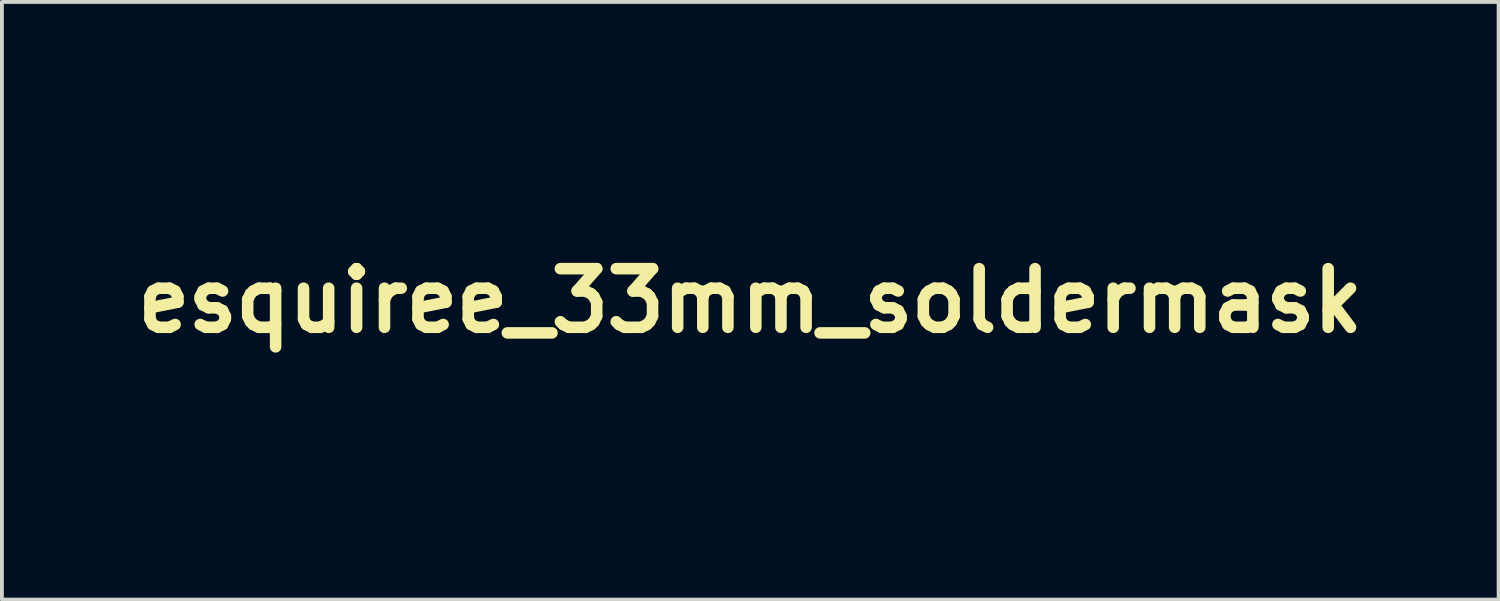
<source format=kicad_pcb>
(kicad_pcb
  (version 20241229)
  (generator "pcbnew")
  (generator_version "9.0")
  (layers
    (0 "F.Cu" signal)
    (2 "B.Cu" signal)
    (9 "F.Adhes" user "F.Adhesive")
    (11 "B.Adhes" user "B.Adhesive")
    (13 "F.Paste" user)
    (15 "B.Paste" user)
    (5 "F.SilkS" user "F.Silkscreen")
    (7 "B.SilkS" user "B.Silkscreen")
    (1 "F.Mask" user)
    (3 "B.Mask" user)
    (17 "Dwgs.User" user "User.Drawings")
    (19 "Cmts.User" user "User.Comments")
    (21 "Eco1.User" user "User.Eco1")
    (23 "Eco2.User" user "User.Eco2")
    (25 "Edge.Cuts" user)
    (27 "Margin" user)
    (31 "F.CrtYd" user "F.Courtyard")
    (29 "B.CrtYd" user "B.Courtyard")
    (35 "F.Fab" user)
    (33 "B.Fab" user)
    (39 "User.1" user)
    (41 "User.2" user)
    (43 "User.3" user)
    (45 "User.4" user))
  (footprint "esquiree_33mm_soldermask"
    (layer "F.Cu")
    (at 16.451 4.768)
    (property "Reference" "esquiree_33mm_soldermask" (at 0 0 0) (layer "F.SilkS") (effects (font (size 1.524 1.524) (thickness 0.3))))
    (attr through_hole)
    (fp_poly (pts (xy 10.509 -0.955) (xy 10.606 -0.912) (xy 10.672 -0.85) (xy 10.696 -0.774) (xy 10.671 -0.693) (xy 10.642 -0.658) (xy 10.605 -0.627) (xy 10.559 -0.606) (xy 10.491 -0.592) (xy 10.388 -0.584) (xy 10.236 -0.578) (xy 10.207 -0.577) (xy 10.039 -0.574) (xy 9.927 -0.577) (xy 9.864 -0.586) (xy 9.843 -0.603) (xy 9.842 -0.605) (xy 9.868 -0.663) (xy 9.934 -0.739) (xy 10.025 -0.819) (xy 10.127 -0.891) (xy 10.223 -0.942) (xy 10.256 -0.953) (xy 10.389 -0.971) (xy 10.509 -0.955)) (stroke (width 0.01) (type solid)) (fill yes) (layer "F.Mask"))
    (fp_poly (pts (xy 13.874 -0.955) (xy 13.972 -0.912) (xy 14.037 -0.85) (xy 14.062 -0.774) (xy 14.036 -0.693) (xy 14.007 -0.658) (xy 13.97 -0.627) (xy 13.924 -0.606) (xy 13.856 -0.592) (xy 13.753 -0.584) (xy 13.602 -0.578) (xy 13.572 -0.577) (xy 13.405 -0.574) (xy 13.293 -0.577) (xy 13.23 -0.586) (xy 13.208 -0.603) (xy 13.208 -0.605) (xy 13.233 -0.663) (xy 13.299 -0.739) (xy 13.391 -0.819) (xy 13.492 -0.891) (xy 13.588 -0.942) (xy 13.621 -0.953) (xy 13.754 -0.971) (xy 13.874 -0.955)) (stroke (width 0.01) (type solid)) (fill yes) (layer "F.Mask"))
    (fp_poly (pts (xy -2.719 -0.893) (xy -2.608 -0.829) (xy -2.535 -0.728) (xy -2.511 -0.597) (xy -2.526 -0.499) (xy -2.563 -0.365) (xy -2.618 -0.21) (xy -2.684 -0.047) (xy -2.755 0.11) (xy -2.824 0.245) (xy -2.887 0.346) (xy -2.929 0.393) (xy -3.041 0.444) (xy -3.185 0.47) (xy -3.336 0.469) (xy -3.467 0.439) (xy -3.514 0.416) (xy -3.602 0.325) (xy -3.649 0.186) (xy -3.655 0.004) (xy -3.643 -0.094) (xy -3.59 -0.284) (xy -3.496 -0.472) (xy -3.372 -0.641) (xy -3.227 -0.779) (xy -3.074 -0.872) (xy -3.023 -0.891) (xy -2.861 -0.916) (xy -2.719 -0.893)) (stroke (width 0.01) (type solid)) (fill yes) (layer "F.Mask"))
    (fp_poly (pts (xy -12.767 2.541) (xy -12.637 2.544) (xy -12.548 2.55) (xy -12.51 2.558) (xy -12.509 2.559) (xy -12.523 2.594) (xy -12.56 2.671) (xy -12.612 2.774) (xy -12.629 2.805) (xy -12.749 2.997) (xy -12.903 3.185) (xy -13.074 3.353) (xy -13.248 3.485) (xy -13.341 3.538) (xy -13.503 3.598) (xy -13.679 3.634) (xy -13.845 3.642) (xy -13.977 3.622) (xy -14.139 3.54) (xy -14.264 3.417) (xy -14.345 3.266) (xy -14.378 3.099) (xy -14.357 2.927) (xy -14.338 2.877) (xy -14.259 2.757) (xy -14.133 2.655) (xy -13.981 2.583) (xy -13.954 2.575) (xy -13.892 2.566) (xy -13.783 2.558) (xy -13.639 2.551) (xy -13.471 2.546) (xy -13.289 2.542) (xy -13.103 2.54) (xy -12.926 2.54) (xy -12.767 2.541)) (stroke (width 0.01) (type solid)) (fill yes) (layer "F.Mask"))
    (fp_poly (pts (xy 16.447 4.763) (xy -16.447 4.763) (xy -16.447 3.059) (xy -15.51 3.059) (xy -15.502 3.35) (xy -15.439 3.634) (xy -15.422 3.682) (xy -15.335 3.882) (xy -15.229 4.045) (xy -15.088 4.2) (xy -15.061 4.225) (xy -14.805 4.421) (xy -14.519 4.563) (xy -14.207 4.651) (xy -13.872 4.682) (xy -13.518 4.657) (xy -13.242 4.599) (xy -12.969 4.511) (xy -12.723 4.392) (xy -12.487 4.233) (xy -12.247 4.027) (xy -12.173 3.954) (xy -12.061 3.842) (xy -11.974 3.751) (xy -11.905 3.669) (xy -11.844 3.583) (xy -11.784 3.483) (xy -11.717 3.356) (xy -11.634 3.189) (xy -11.586 3.09) (xy -11.319 2.545) (xy -9.636 2.534) (xy -9.267 2.532) (xy -8.955 2.53) (xy -8.696 2.528) (xy -8.484 2.525) (xy -8.314 2.522) (xy -8.181 2.518) (xy -8.078 2.512) (xy -8 2.506) (xy -7.943 2.498) (xy -7.9 2.488) (xy -7.867 2.476) (xy -7.837 2.462) (xy -7.82 2.453) (xy -7.673 2.344) (xy -7.566 2.203) (xy -7.504 2.043) (xy -7.493 1.876) (xy -7.525 1.745) (xy -7.544 1.701) (xy -7.565 1.663) (xy -7.592 1.632) (xy -7.632 1.607) (xy -7.688 1.586) (xy -7.768 1.57) (xy -7.875 1.558) (xy -8.015 1.549) (xy -8.193 1.542) (xy -8.414 1.538) (xy -8.684 1.535) (xy -9.008 1.532) (xy -9.329 1.531) (xy -9.686 1.528) (xy -9.983 1.526) (xy -10.228 1.524) (xy -10.424 1.521) (xy -10.578 1.517) (xy -10.693 1.513) (xy -10.775 1.507) (xy -10.83 1.501) (xy -10.862 1.493) (xy -10.876 1.483) (xy -10.878 1.471) (xy -10.876 1.467) (xy -10.86 1.426) (xy -10.823 1.333) (xy -10.768 1.195) (xy -10.704 1.037) (xy -7.721 1.037) (xy -7.7 1.175) (xy -7.632 1.276) (xy -7.509 1.352) (xy -7.509 1.352) (xy -7.434 1.37) (xy -7.309 1.384) (xy -7.144 1.393) (xy -6.953 1.398) (xy -6.748 1.398) (xy -6.542 1.395) (xy -6.345 1.388) (xy -6.171 1.376) (xy -6.033 1.361) (xy -5.96 1.347) (xy -5.768 1.287) (xy -5.61 1.212) (xy -5.46 1.106) (xy -5.355 1.016) (xy -5.182 0.822) (xy -5.066 0.609) (xy -5.004 0.366) (xy -5.002 0.35) (xy -4.663 0.35) (xy -4.662 0.375) (xy -4.631 0.627) (xy -4.56 0.838) (xy -4.445 1.02) (xy -4.315 1.155) (xy -4.124 1.289) (xy -3.914 1.369) (xy -3.695 1.394) (xy -3.48 1.361) (xy -3.343 1.306) (xy -3.214 1.241) (xy -3.678 2.39) (xy -3.796 2.683) (xy -3.892 2.924) (xy -3.969 3.119) (xy -4.028 3.274) (xy -4.072 3.397) (xy -4.103 3.494) (xy -4.124 3.571) (xy -4.136 3.634) (xy -4.141 3.691) (xy -4.143 3.748) (xy -4.143 3.752) (xy -4.14 3.871) (xy -4.128 3.948) (xy -4.098 4.007) (xy -4.048 4.065) (xy -3.977 4.134) (xy -3.908 4.188) (xy -3.83 4.226) (xy -3.734 4.253) (xy -3.611 4.269) (xy -3.451 4.276) (xy -3.244 4.278) (xy -3.064 4.276) (xy -2.859 4.273) (xy -2.706 4.269) (xy -2.595 4.263) (xy -2.514 4.253) (xy -2.454 4.238) (xy -2.402 4.217) (xy -2.352 4.19) (xy -2.211 4.093) (xy -2.125 3.985) (xy -2.085 3.853) (xy -2.08 3.763) (xy -2.096 3.625) (xy -2.15 3.52) (xy -2.245 3.445) (xy -2.387 3.396) (xy -2.581 3.371) (xy -2.76 3.365) (xy -2.879 3.363) (xy -2.968 3.356) (xy -3.013 3.345) (xy -3.016 3.342) (xy -3.005 3.309) (xy -2.972 3.223) (xy -2.919 3.087) (xy -2.848 2.909) (xy -2.762 2.692) (xy -2.663 2.442) (xy -2.552 2.164) (xy -2.432 1.864) (xy -2.304 1.545) (xy -2.302 1.54) (xy -2.17 1.211) (xy -2.046 0.897) (xy -1.931 0.602) (xy -1.889 0.493) (xy -1.193 0.493) (xy -1.19 0.713) (xy -1.131 0.916) (xy -1.018 1.095) (xy -0.858 1.241) (xy -0.657 1.347) (xy -0.644 1.351) (xy -0.541 1.373) (xy -0.378 1.387) (xy -0.154 1.394) (xy -0.064 1.395) (xy 0.126 1.394) (xy 0.265 1.39) (xy 0.366 1.381) (xy 0.444 1.366) (xy 0.511 1.343) (xy 0.54 1.331) (xy 0.641 1.278) (xy 0.727 1.222) (xy 0.751 1.202) (xy 0.82 1.137) (xy 0.856 1.203) (xy 0.905 1.258) (xy 0.987 1.317) (xy 1.021 1.336) (xy 1.071 1.359) (xy 1.124 1.376) (xy 1.189 1.387) (xy 1.278 1.394) (xy 1.401 1.395) (xy 1.569 1.394) (xy 1.726 1.392) (xy 1.966 1.385) (xy 2.152 1.375) (xy 2.294 1.357) (xy 2.402 1.33) (xy 2.485 1.291) (xy 2.553 1.238) (xy 2.615 1.167) (xy 2.627 1.151) (xy 2.694 1.024) (xy 2.717 0.89) (xy 2.881 0.89) (xy 2.888 0.958) (xy 2.908 1.019) (xy 2.93 1.066) (xy 2.997 1.171) (xy 3.084 1.252) (xy 3.197 1.313) (xy 3.345 1.355) (xy 3.534 1.381) (xy 3.775 1.394) (xy 3.955 1.396) (xy 4.199 1.394) (xy 4.387 1.385) (xy 4.528 1.371) (xy 4.623 1.35) (xy 4.784 1.276) (xy 4.907 1.167) (xy 4.985 1.034) (xy 5.013 0.888) (xy 4.986 0.738) (xy 4.967 0.694) (xy 4.904 0.612) (xy 4.808 0.556) (xy 4.67 0.522) (xy 4.483 0.509) (xy 4.417 0.508) (xy 4.284 0.506) (xy 4.173 0.501) (xy 4.101 0.494) (xy 4.086 0.49) (xy 4.077 0.474) (xy 4.081 0.432) (xy 4.1 0.36) (xy 4.136 0.252) (xy 4.192 0.102) (xy 4.268 -0.094) (xy 4.368 -0.343) (xy 4.374 -0.359) (xy 4.383 -0.381) (xy 5.143 -0.381) (xy 5.155 -0.305) (xy 5.184 -0.243) (xy 5.193 -0.229) (xy 5.298 -0.133) (xy 5.444 -0.077) (xy 5.575 -0.064) (xy 5.665 -0.069) (xy 5.733 -0.092) (xy 5.803 -0.146) (xy 5.857 -0.198) (xy 5.972 -0.345) (xy 6.076 -0.544) (xy 6.097 -0.595) (xy 6.204 -0.857) (xy 6.407 -0.857) (xy 6.61 -0.857) (xy 6.449 -0.652) (xy 6.278 -0.421) (xy 6.152 -0.218) (xy 6.068 -0.031) (xy 6.02 0.15) (xy 6.004 0.338) (xy 6.007 0.441) (xy 6.048 0.699) (xy 6.136 0.926) (xy 6.269 1.114) (xy 6.441 1.259) (xy 6.588 1.332) (xy 6.654 1.355) (xy 6.728 1.371) (xy 6.819 1.383) (xy 6.939 1.39) (xy 7.1 1.394) (xy 7.311 1.395) (xy 7.337 1.395) (xy 7.567 1.395) (xy 7.745 1.391) (xy 7.878 1.383) (xy 7.979 1.37) (xy 8.056 1.352) (xy 8.074 1.347) (xy 8.219 1.272) (xy 8.331 1.165) (xy 8.406 1.039) (xy 8.44 0.903) (xy 8.43 0.771) (xy 8.372 0.653) (xy 8.308 0.591) (xy 8.266 0.564) (xy 8.215 0.545) (xy 8.143 0.531) (xy 8.038 0.521) (xy 7.891 0.512) (xy 7.737 0.506) (xy 7.551 0.497) (xy 7.392 0.484) (xy 7.269 0.47) (xy 7.195 0.454) (xy 7.185 0.45) (xy 7.077 0.361) (xy 7.024 0.244) (xy 7.025 0.226) (xy 8.642 0.226) (xy 8.651 0.387) (xy 8.664 0.504) (xy 8.685 0.598) (xy 8.719 0.689) (xy 8.759 0.774) (xy 8.892 0.984) (xy 9.066 1.149) (xy 9.283 1.271) (xy 9.517 1.347) (xy 9.611 1.362) (xy 9.756 1.374) (xy 9.94 1.384) (xy 10.151 1.39) (xy 10.379 1.395) (xy 10.61 1.396) (xy 10.835 1.395) (xy 11.04 1.39) (xy 11.215 1.383) (xy 11.348 1.372) (xy 11.418 1.361) (xy 11.57 1.299) (xy 11.689 1.203) (xy 11.773 1.084) (xy 11.82 0.954) (xy 11.826 0.823) (xy 11.789 0.701) (xy 11.705 0.6) (xy 11.636 0.557) (xy 11.592 0.538) (xy 11.542 0.523) (xy 11.476 0.511) (xy 11.387 0.502) (xy 11.266 0.494) (xy 11.106 0.488) (xy 10.899 0.483) (xy 10.641 0.477) (xy 9.773 0.46) (xy 9.697 0.371) (xy 9.651 0.315) (xy 9.626 0.273) (xy 9.627 0.242) (xy 9.653 0.226) (xy 12.008 0.226) (xy 12.016 0.387) (xy 12.029 0.504) (xy 12.05 0.598) (xy 12.084 0.689) (xy 12.124 0.774) (xy 12.258 0.984) (xy 12.431 1.149) (xy 12.649 1.271) (xy 12.882 1.347) (xy 12.976 1.362) (xy 13.121 1.374) (xy 13.305 1.384) (xy 13.517 1.39) (xy 13.744 1.395) (xy 13.976 1.396) (xy 14.2 1.395) (xy 14.406 1.39) (xy 14.581 1.383) (xy 14.714 1.372) (xy 14.784 1.361) (xy 14.935 1.299) (xy 15.054 1.203) (xy 15.139 1.084) (xy 15.186 0.954) (xy 15.192 0.823) (xy 15.154 0.701) (xy 15.07 0.6) (xy 15.001 0.557) (xy 14.958 0.538) (xy 14.907 0.523) (xy 14.841 0.511) (xy 14.752 0.502) (xy 14.632 0.494) (xy 14.472 0.488) (xy 14.264 0.483) (xy 14.007 0.477) (xy 13.139 0.46) (xy 13.062 0.371) (xy 13.016 0.315) (xy 12.991 0.273) (xy 12.993 0.242) (xy 13.028 0.22) (xy 13.102 0.205) (xy 13.222 0.196) (xy 13.392 0.189) (xy 13.613 0.183) (xy 13.881 0.175) (xy 14.096 0.161) (xy 14.267 0.139) (xy 14.404 0.107) (xy 14.516 0.062) (xy 14.614 0.002) (xy 14.707 -0.075) (xy 14.733 -0.1) (xy 14.862 -0.248) (xy 14.945 -0.404) (xy 14.989 -0.587) (xy 15.001 -0.794) (xy 14.986 -1.014) (xy 14.937 -1.195) (xy 14.846 -1.356) (xy 14.734 -1.486) (xy 14.568 -1.625) (xy 14.377 -1.722) (xy 14.149 -1.78) (xy 13.92 -1.803) (xy 13.607 -1.799) (xy 13.333 -1.754) (xy 13.086 -1.662) (xy 12.853 -1.519) (xy 12.621 -1.321) (xy 12.602 -1.302) (xy 12.369 -1.037) (xy 12.195 -0.757) (xy 12.079 -0.458) (xy 12.017 -0.132) (xy 12.008 0.226) (xy 9.653 0.226) (xy 9.662 0.22) (xy 9.737 0.205) (xy 9.856 0.196) (xy 10.027 0.189) (xy 10.247 0.183) (xy 10.516 0.175) (xy 10.731 0.161) (xy 10.902 0.139) (xy 11.038 0.107) (xy 11.151 0.062) (xy 11.248 0.002) (xy 11.341 -0.075) (xy 11.367 -0.1) (xy 11.496 -0.247) (xy 11.579 -0.405) (xy 11.624 -0.588) (xy 11.636 -0.794) (xy 11.622 -1.013) (xy 11.573 -1.193) (xy 11.482 -1.353) (xy 11.369 -1.486) (xy 11.203 -1.625) (xy 11.011 -1.722) (xy 10.784 -1.78) (xy 10.555 -1.803) (xy 10.242 -1.799) (xy 9.968 -1.754) (xy 9.72 -1.662) (xy 9.487 -1.519) (xy 9.256 -1.321) (xy 9.236 -1.302) (xy 9.003 -1.037) (xy 8.83 -0.757) (xy 8.714 -0.458) (xy 8.652 -0.132) (xy 8.642 0.226) (xy 7.025 0.226) (xy 7.027 0.099) (xy 7.087 -0.073) (xy 7.201 -0.271) (xy 7.371 -0.495) (xy 7.394 -0.523) (xy 7.51 -0.655) (xy 7.599 -0.746) (xy 7.675 -0.805) (xy 7.75 -0.84) (xy 7.836 -0.861) (xy 7.882 -0.868) (xy 8.05 -0.908) (xy 8.195 -0.975) (xy 8.301 -1.062) (xy 8.334 -1.111) (xy 8.39 -1.267) (xy 8.401 -1.421) (xy 8.367 -1.554) (xy 8.353 -1.578) (xy 8.306 -1.638) (xy 8.242 -1.686) (xy 8.156 -1.722) (xy 8.038 -1.747) (xy 7.882 -1.764) (xy 7.681 -1.774) (xy 7.426 -1.778) (xy 7.321 -1.778) (xy 7.124 -1.78) (xy 6.949 -1.783) (xy 6.805 -1.788) (xy 6.702 -1.794) (xy 6.651 -1.801) (xy 6.648 -1.802) (xy 6.62 -1.844) (xy 6.584 -1.926) (xy 6.558 -2) (xy 6.493 -2.154) (xy 6.408 -2.253) (xy 6.294 -2.305) (xy 6.17 -2.318) (xy 6.083 -2.314) (xy 6.009 -2.299) (xy 5.941 -2.268) (xy 5.878 -2.215) (xy 5.815 -2.134) (xy 5.748 -2.02) (xy 5.673 -1.866) (xy 5.586 -1.669) (xy 5.484 -1.421) (xy 5.399 -1.21) (xy 5.301 -0.959) (xy 5.228 -0.758) (xy 5.178 -0.6) (xy 5.151 -0.477) (xy 5.143 -0.381) (xy 4.383 -0.381) (xy 4.487 -0.642) (xy 4.576 -0.873) (xy 4.642 -1.059) (xy 4.686 -1.207) (xy 4.711 -1.323) (xy 4.717 -1.414) (xy 4.705 -1.487) (xy 4.678 -1.547) (xy 4.635 -1.603) (xy 4.621 -1.618) (xy 4.488 -1.715) (xy 4.336 -1.76) (xy 4.176 -1.753) (xy 4.019 -1.698) (xy 3.879 -1.596) (xy 3.765 -1.45) (xy 3.735 -1.389) (xy 3.685 -1.277) (xy 3.618 -1.122) (xy 3.538 -0.933) (xy 3.448 -0.716) (xy 3.352 -0.48) (xy 3.286 -0.318) (xy 3.167 -0.021) (xy 3.071 0.223) (xy 2.997 0.422) (xy 2.942 0.582) (xy 2.906 0.709) (xy 2.886 0.809) (xy 2.881 0.89) (xy 2.717 0.89) (xy 2.719 0.882) (xy 2.703 0.745) (xy 2.646 0.633) (xy 2.632 0.617) (xy 2.534 0.557) (xy 2.377 0.513) (xy 2.166 0.486) (xy 1.929 0.477) (xy 1.831 0.474) (xy 1.764 0.465) (xy 1.746 0.457) (xy 1.758 0.423) (xy 1.79 0.339) (xy 1.84 0.21) (xy 1.904 0.046) (xy 1.981 -0.146) (xy 2.066 -0.359) (xy 2.08 -0.393) (xy 2.19 -0.67) (xy 2.277 -0.896) (xy 2.341 -1.077) (xy 2.385 -1.221) (xy 2.409 -1.333) (xy 2.415 -1.421) (xy 2.404 -1.491) (xy 2.378 -1.551) (xy 2.339 -1.607) (xy 2.331 -1.616) (xy 2.21 -1.716) (xy 2.065 -1.762) (xy 1.908 -1.753) (xy 1.748 -1.692) (xy 1.615 -1.596) (xy 1.567 -1.551) (xy 1.524 -1.505) (xy 1.484 -1.451) (xy 1.443 -1.382) (xy 1.397 -1.291) (xy 1.342 -1.171) (xy 1.275 -1.013) (xy 1.192 -0.812) (xy 1.089 -0.559) (xy 1.082 -0.541) (xy 0.999 -0.341) (xy 0.923 -0.157) (xy 0.855 0.001) (xy 0.801 0.124) (xy 0.764 0.202) (xy 0.752 0.224) (xy 0.658 0.323) (xy 0.537 0.401) (xy 0.4 0.457) (xy 0.26 0.489) (xy 0.129 0.494) (xy 0.019 0.47) (xy -0.057 0.416) (xy -0.083 0.363) (xy -0.08 0.315) (xy -0.057 0.226) (xy -0.013 0.092) (xy 0.055 -0.091) (xy 0.146 -0.325) (xy 0.219 -0.508) (xy 0.325 -0.773) (xy 0.407 -0.986) (xy 0.467 -1.156) (xy 0.508 -1.289) (xy 0.53 -1.393) (xy 0.536 -1.473) (xy 0.527 -1.539) (xy 0.506 -1.596) (xy 0.497 -1.613) (xy 0.408 -1.712) (xy 0.281 -1.78) (xy 0.133 -1.811) (xy -0.017 -1.802) (xy -0.121 -1.765) (xy -0.246 -1.673) (xy -0.367 -1.537) (xy -0.471 -1.375) (xy -0.484 -1.349) (xy -0.54 -1.228) (xy -0.609 -1.069) (xy -0.687 -0.881) (xy -0.77 -0.674) (xy -0.855 -0.458) (xy -0.938 -0.242) (xy -1.016 -0.036) (xy -1.083 0.15) (xy -1.138 0.306) (xy -1.176 0.424) (xy -1.193 0.492) (xy -1.193 0.493) (xy -1.889 0.493) (xy -1.827 0.332) (xy -1.736 0.094) (xy -1.661 -0.107) (xy -1.604 -0.266) (xy -1.567 -0.376) (xy -1.552 -0.429) (xy -1.531 -0.699) (xy -1.567 -0.956) (xy -1.657 -1.192) (xy -1.8 -1.397) (xy -1.8 -1.398) (xy -1.987 -1.571) (xy -2.193 -1.695) (xy -2.429 -1.773) (xy -2.704 -1.808) (xy -2.826 -1.811) (xy -3.151 -1.783) (xy -3.449 -1.697) (xy -3.722 -1.553) (xy -3.969 -1.351) (xy -3.988 -1.332) (xy -4.236 -1.039) (xy -4.429 -0.719) (xy -4.567 -0.377) (xy -4.645 -0.018) (xy -4.663 0.35) (xy -5.002 0.35) (xy -4.994 0.272) (xy -4.998 0.044) (xy -5.047 -0.19) (xy -5.143 -0.435) (xy -5.288 -0.7) (xy -5.462 -0.956) (xy -5.577 -1.118) (xy -5.658 -1.246) (xy -5.71 -1.356) (xy -5.74 -1.464) (xy -5.753 -1.585) (xy -5.755 -1.736) (xy -5.754 -1.774) (xy -5.747 -2.103) (xy -5.855 -2.21) (xy -5.935 -2.279) (xy -6.01 -2.31) (xy -6.115 -2.318) (xy -6.203 -2.314) (xy -6.281 -2.297) (xy -6.352 -2.263) (xy -6.422 -2.207) (xy -6.495 -2.122) (xy -6.574 -2.003) (xy -6.665 -1.845) (xy -6.771 -1.643) (xy -6.897 -1.391) (xy -6.966 -1.249) (xy -7.084 -1.004) (xy -7.174 -0.807) (xy -7.239 -0.652) (xy -7.278 -0.53) (xy -7.295 -0.435) (xy -7.291 -0.359) (xy -7.268 -0.295) (xy -7.227 -0.234) (xy -7.208 -0.212) (xy -7.074 -0.1) (xy -6.923 -0.045) (xy -6.764 -0.051) (xy -6.735 -0.058) (xy -6.596 -0.126) (xy -6.474 -0.244) (xy -6.363 -0.419) (xy -6.35 -0.443) (xy -6.263 -0.617) (xy -6.126 -0.348) (xy -6.035 -0.139) (xy -5.991 0.035) (xy -5.995 0.181) (xy -6.045 0.301) (xy -6.096 0.362) (xy -6.163 0.409) (xy -6.257 0.445) (xy -6.385 0.471) (xy -6.557 0.489) (xy -6.782 0.503) (xy -6.842 0.505) (xy -7.062 0.517) (xy -7.226 0.53) (xy -7.343 0.546) (xy -7.421 0.567) (xy -7.445 0.578) (xy -7.591 0.686) (xy -7.683 0.828) (xy -7.72 1.002) (xy -7.721 1.037) (xy -10.704 1.037) (xy -10.697 1.019) (xy -10.614 0.813) (xy -10.52 0.582) (xy -10.423 0.341) (xy -9.989 -0.73) (xy -9.491 -0.73) (xy -9.27 -0.732) (xy -9.1 -0.74) (xy -8.972 -0.756) (xy -8.874 -0.783) (xy -8.795 -0.823) (xy -8.724 -0.881) (xy -8.678 -0.926) (xy -8.564 -1.081) (xy -8.513 -1.244) (xy -8.524 -1.418) (xy -8.544 -1.488) (xy -8.582 -1.565) (xy -8.641 -1.622) (xy -8.731 -1.662) (xy -8.859 -1.689) (xy -9.036 -1.707) (xy -9.18 -1.714) (xy -9.581 -1.73) (xy -9.277 -2.482) (xy 3.998 -2.482) (xy 4.028 -2.324) (xy 4.099 -2.18) (xy 4.209 -2.061) (xy 4.354 -1.977) (xy 4.53 -1.939) (xy 4.565 -1.938) (xy 4.685 -1.952) (xy 4.803 -1.989) (xy 4.819 -1.997) (xy 4.951 -2.082) (xy 5.042 -2.189) (xy 5.095 -2.294) (xy 5.138 -2.467) (xy 5.127 -2.63) (xy 5.07 -2.777) (xy 4.975 -2.902) (xy 4.852 -2.999) (xy 4.709 -3.061) (xy 4.554 -3.082) (xy 4.396 -3.056) (xy 4.243 -2.977) (xy 4.201 -2.944) (xy 4.082 -2.803) (xy 4.015 -2.645) (xy 3.998 -2.482) (xy -9.277 -2.482) (xy -8.964 -3.254) (xy -7.901 -3.27) (xy -6.837 -3.286) (xy -6.705 -3.373) (xy -6.571 -3.498) (xy -6.481 -3.657) (xy -6.446 -3.833) (xy -6.445 -3.849) (xy -6.468 -3.996) (xy -6.54 -4.107) (xy -6.646 -4.183) (xy -6.675 -4.197) (xy -6.713 -4.208) (xy -6.765 -4.217) (xy -6.838 -4.224) (xy -6.937 -4.229) (xy -7.068 -4.233) (xy -7.238 -4.236) (xy -7.453 -4.238) (xy -7.717 -4.238) (xy -8.038 -4.239) (xy -8.112 -4.239) (xy -8.463 -4.239) (xy -8.757 -4.238) (xy -8.999 -4.236) (xy -9.194 -4.231) (xy -9.349 -4.223) (xy -9.47 -4.211) (xy -9.561 -4.193) (xy -9.63 -4.17) (xy -9.681 -4.14) (xy -9.721 -4.102) (xy -9.755 -4.055) (xy -9.788 -3.999) (xy -9.8 -3.98) (xy -9.833 -3.914) (xy -9.886 -3.798) (xy -9.957 -3.639) (xy -10.041 -3.445) (xy -10.136 -3.224) (xy -10.236 -2.984) (xy -10.322 -2.778) (xy -10.754 -1.73) (xy -11.036 -1.712) (xy -11.208 -1.697) (xy -11.334 -1.671) (xy -11.433 -1.63) (xy -11.523 -1.568) (xy -11.568 -1.528) (xy -11.684 -1.387) (xy -11.743 -1.23) (xy -11.753 -1.119) (xy -11.727 -0.961) (xy -11.653 -0.843) (xy -11.532 -0.765) (xy -11.366 -0.732) (xy -11.323 -0.731) (xy -11.232 -0.727) (xy -11.19 -0.715) (xy -11.186 -0.687) (xy -11.19 -0.675) (xy -11.206 -0.633) (xy -11.244 -0.54) (xy -11.299 -0.402) (xy -11.37 -0.226) (xy -11.454 -0.019) (xy -11.547 0.212) (xy -11.645 0.452) (xy -12.079 1.524) (xy -12.813 1.524) (xy -13.21 1.527) (xy -13.551 1.538) (xy -13.842 1.558) (xy -14.091 1.587) (xy -14.303 1.627) (xy -14.487 1.679) (xy -14.649 1.743) (xy -14.796 1.822) (xy -14.828 1.842) (xy -15.05 2.021) (xy -15.232 2.242) (xy -15.372 2.495) (xy -15.465 2.771) (xy -15.51 3.059) (xy -16.447 3.059) (xy -16.447 -4.763) (xy 16.447 -4.763) (xy 16.447 4.763)) (stroke (width 0.01) (type solid)) (fill yes) (layer "F.Mask")))
  (gr_rect
    (start -3 -3)
    (end 35.903 12.535)
    (stroke (width 0.1) (type default))
    (fill no)
    (layer "Edge.Cuts")))
</source>
